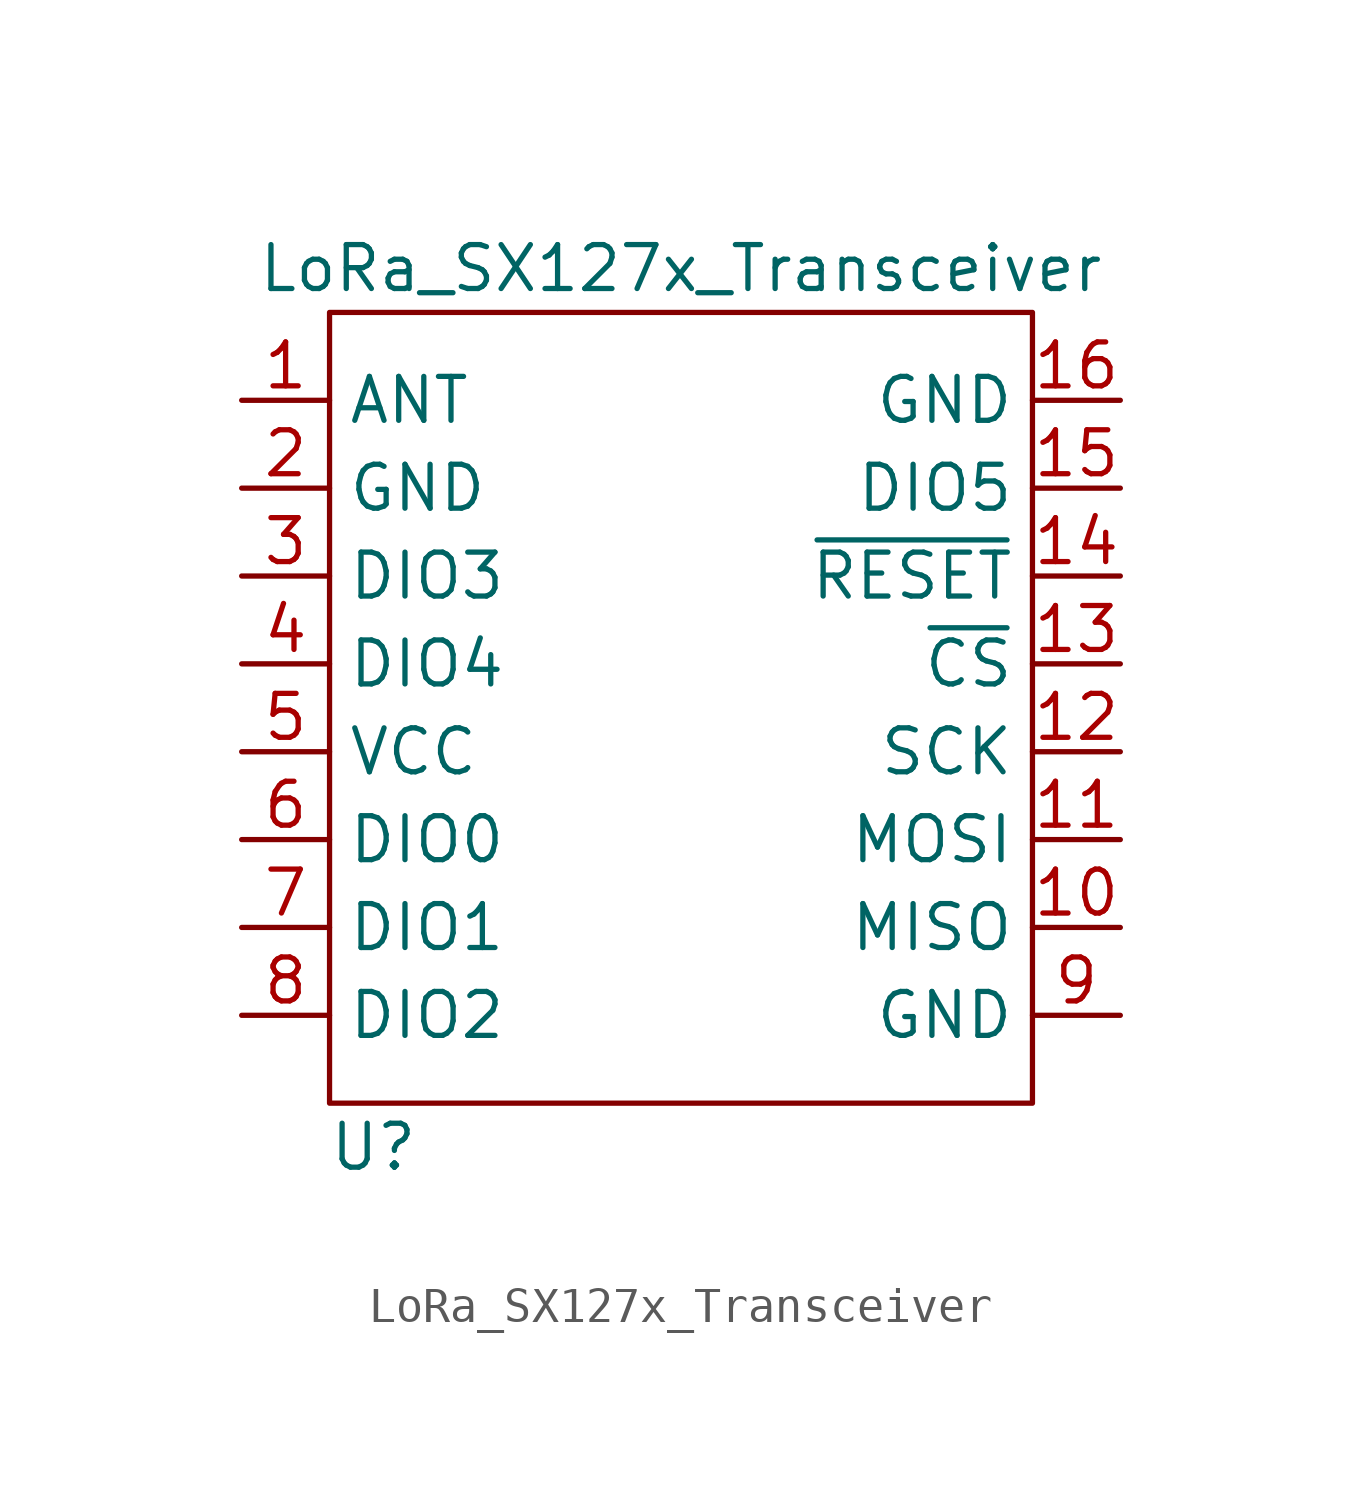
<source format=kicad_sym>
(kicad_symbol_lib
  (version 20211014)
  (generator kicad_symbol_editor)
  (symbol "LoRa_SX127x_Transceiver"
    (property "Reference" "U"
      (at -8.89 -12.7 0)
      (effects (font (size 1.27 1.27))))
    (property "Value" "LoRa_SX127x_Transceiver"
      (at 0 12.7 0)
      (effects (font (size 1.27 1.27))))
    (symbol "LoRa_SX127x_Transceiver_0_1"
      (rectangle (start -10.16 11.43) (end 10.16 -11.43) (stroke (width 0) (type default) (color 0 0 0 0)) (fill (type none))))
    (symbol "LoRa_SX127x_Transceiver_1_1"
      (pin passive line (at -12.7 8.89 0) (length 2.54) (name "ANT" (effects (font (size 1.27 1.27)))) (number "1" (effects (font (size 1.27 1.27)))))
      (pin output line (at 12.7 -6.35 180) (length 2.54) (name "MISO" (effects (font (size 1.27 1.27)))) (number "10" (effects (font (size 1.27 1.27)))))
      (pin input line (at 12.7 -3.81 180) (length 2.54) (name "MOSI" (effects (font (size 1.27 1.27)))) (number "11" (effects (font (size 1.27 1.27)))))
      (pin input line (at 12.7 -1.27 180) (length 2.54) (name "SCK" (effects (font (size 1.27 1.27)))) (number "12" (effects (font (size 1.27 1.27)))))
      (pin input line (at 12.7 1.27 180) (length 2.54) (name "~{CS}" (effects (font (size 1.27 1.27)))) (number "13" (effects (font (size 1.27 1.27)))))
      (pin input line (at 12.7 3.81 180) (length 2.54) (name "~{RESET}" (effects (font (size 1.27 1.27)))) (number "14" (effects (font (size 1.27 1.27)))))
      (pin bidirectional line (at 12.7 6.35 180) (length 2.54) (name "DIO5" (effects (font (size 1.27 1.27)))) (number "15" (effects (font (size 1.27 1.27)))))
      (pin power_in line (at 12.7 8.89 180) (length 2.54) (name "GND" (effects (font (size 1.27 1.27)))) (number "16" (effects (font (size 1.27 1.27)))))
      (pin power_in line (at -12.7 6.35 0) (length 2.54) (name "GND" (effects (font (size 1.27 1.27)))) (number "2" (effects (font (size 1.27 1.27)))))
      (pin bidirectional line (at -12.7 3.81 0) (length 2.54) (name "DIO3" (effects (font (size 1.27 1.27)))) (number "3" (effects (font (size 1.27 1.27)))))
      (pin bidirectional line (at -12.7 1.27 0) (length 2.54) (name "DIO4" (effects (font (size 1.27 1.27)))) (number "4" (effects (font (size 1.27 1.27)))))
      (pin power_in line (at -12.7 -1.27 0) (length 2.54) (name "VCC" (effects (font (size 1.27 1.27)))) (number "5" (effects (font (size 1.27 1.27)))))
      (pin bidirectional line (at -12.7 -3.81 0) (length 2.54) (name "DIO0" (effects (font (size 1.27 1.27)))) (number "6" (effects (font (size 1.27 1.27)))))
      (pin bidirectional line (at -12.7 -6.35 0) (length 2.54) (name "DIO1" (effects (font (size 1.27 1.27)))) (number "7" (effects (font (size 1.27 1.27)))))
      (pin bidirectional line (at -12.7 -8.89 0) (length 2.54) (name "DIO2" (effects (font (size 1.27 1.27)))) (number "8" (effects (font (size 1.27 1.27)))))
      (pin power_in line (at 12.7 -8.89 180) (length 2.54) (name "GND" (effects (font (size 1.27 1.27)))) (number "9" (effects (font (size 1.27 1.27))))))))
</source>
